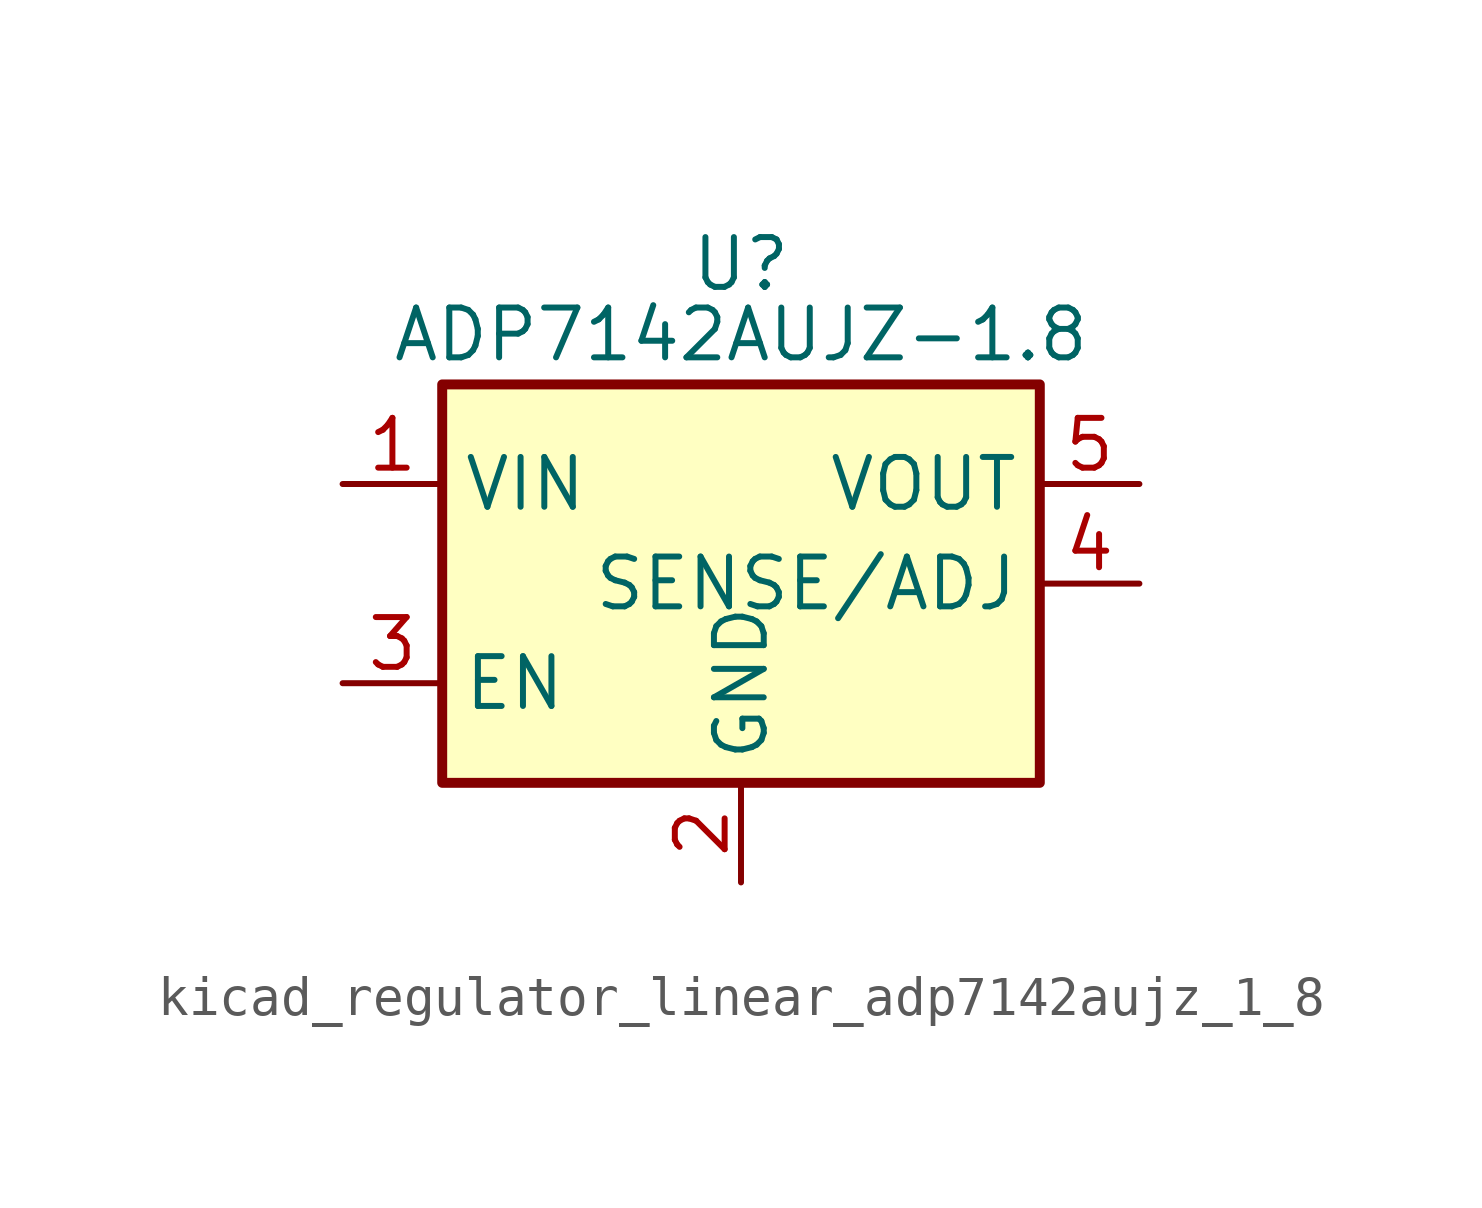
<source format=kicad_sym>
(kicad_symbol_lib
  (version 20220914)
  (generator kicad_symbol_editor)
  (symbol "kicad_regulator_linear_adp7142aujz_1_8"
    (property "Reference" "U"
      (at 0 8.89 0)
      (effects (font (size 1.27 1.27)) (justify top)))
    (property "Value" "ADP7142AUJZ-1.8"
      (at 0 6.35 0)
      (effects (font (size 1.27 1.27))))
    (symbol "kicad_regulator_linear_adp7142aujz_1_8_0_1"
      (rectangle (start -7.62 5.08) (end 7.62 -5.08) (stroke (width 0.254) (type default)) (fill (type background))))
    (symbol "kicad_regulator_linear_adp7142aujz_1_8_1_1"
      (pin power_in line (at -10.16 2.54 0) (length 2.54) (name "VIN" (effects (font (size 1.27 1.27)))) (number "1" (effects (font (size 1.27 1.27)))))
      (pin power_in line (at 0 -7.62 90) (length 2.54) (name "GND" (effects (font (size 1.27 1.27)))) (number "2" (effects (font (size 1.27 1.27)))))
      (pin input line (at -10.16 -2.54 0) (length 2.54) (name "EN" (effects (font (size 1.27 1.27)))) (number "3" (effects (font (size 1.27 1.27)))))
      (pin input line (at 10.16 0 180) (length 2.54) (name "SENSE/ADJ" (effects (font (size 1.27 1.27)))) (number "4" (effects (font (size 1.27 1.27)))))
      (pin power_out line (at 10.16 2.54 180) (length 2.54) (name "VOUT" (effects (font (size 1.27 1.27)))) (number "5" (effects (font (size 1.27 1.27))))))))
</source>
